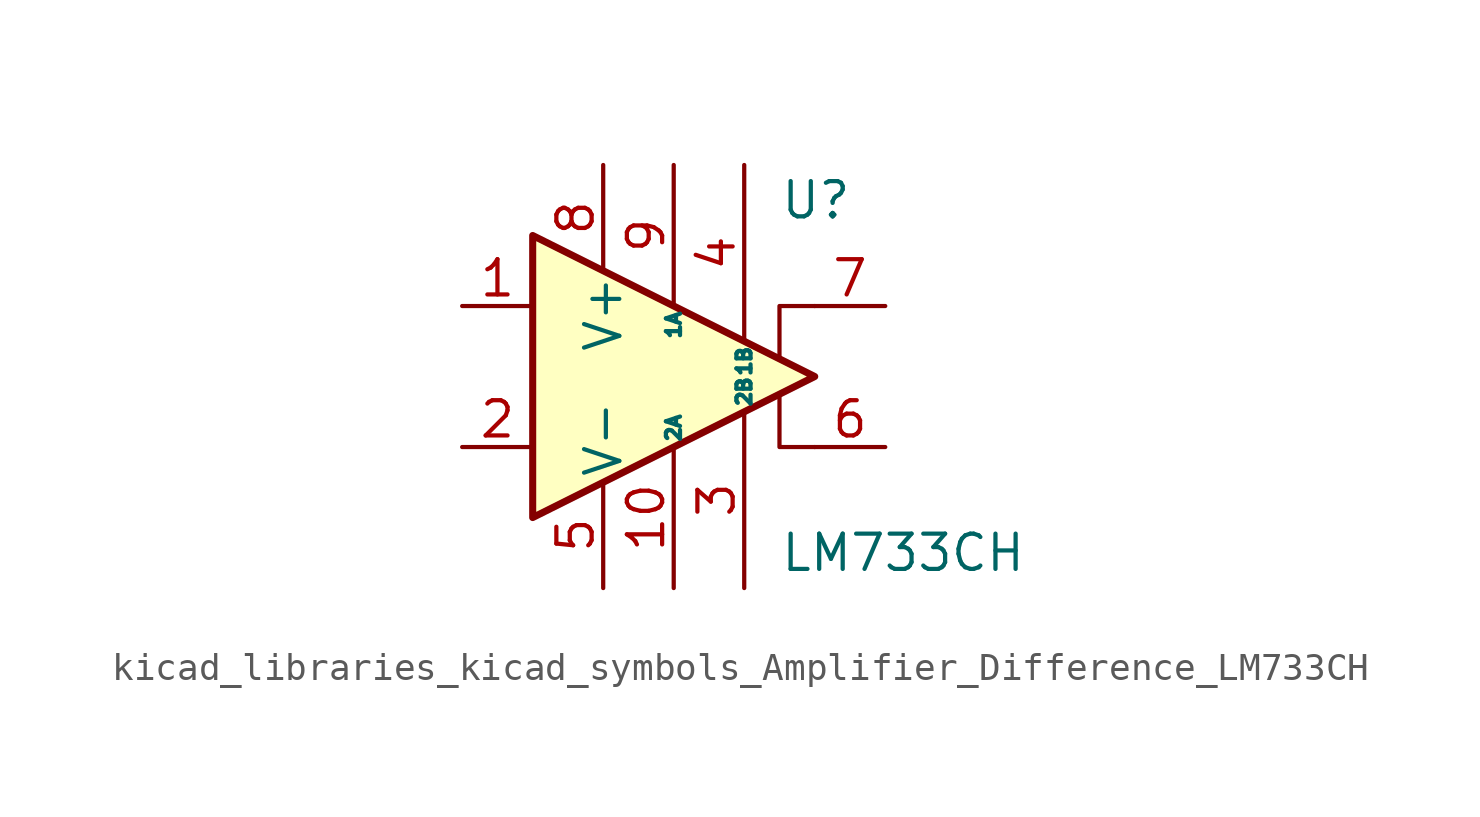
<source format=kicad_sym>
(kicad_symbol_lib
  (version 20220914)
  (generator kicad_symbol_editor)
  (symbol "kicad_libraries_kicad_symbols_Amplifier_Difference_LM733CH"
    (pin_names
      (offset 0.127))
    (property "Reference" "U"
      (at 3.81 6.35 0)
      (effects (font (size 1.27 1.27)) (justify left)))
    (property "Value" "LM733CH"
      (at 3.81 -6.35 0)
      (effects (font (size 1.27 1.27)) (justify left)))
    (symbol "kicad_libraries_kicad_symbols_Amplifier_Difference_LM733CH_0_1"
      (polyline (pts (xy 5.08 -2.54) (xy 3.81 -2.54) (xy 3.81 -0.635)) (stroke (width 0) (type default)) (fill (type none)))
      (polyline (pts (xy 5.08 2.54) (xy 3.81 2.54) (xy 3.81 0.635)) (stroke (width 0) (type default)) (fill (type none)))
      (polyline (pts (xy 5.08 0) (xy -5.08 5.08) (xy -5.08 -5.08) (xy 5.08 0)) (stroke (width 0.254) (type default)) (fill (type background))))
    (symbol "kicad_libraries_kicad_symbols_Amplifier_Difference_LM733CH_1_1"
      (pin input line (at -7.62 2.54 0) (length 2.54) (name "~" (effects (font (size 1.27 1.27)))) (number "1" (effects (font (size 1.27 1.27)))))
      (pin passive line (at 0 -7.62 90) (length 5.08) (name "2A" (effects (font (size 0.508 0.508)))) (number "10" (effects (font (size 1.27 1.27)))))
      (pin input line (at -7.62 -2.54 0) (length 2.54) (name "~" (effects (font (size 1.27 1.27)))) (number "2" (effects (font (size 1.27 1.27)))))
      (pin passive line (at 2.54 -7.62 90) (length 6.35) (name "2B" (effects (font (size 0.508 0.508)))) (number "3" (effects (font (size 1.27 1.27)))))
      (pin passive line (at 2.54 7.62 270) (length 6.35) (name "1B" (effects (font (size 0.508 0.508)))) (number "4" (effects (font (size 1.27 1.27)))))
      (pin power_in line (at -2.54 -7.62 90) (length 3.81) (name "V-" (effects (font (size 1.27 1.27)))) (number "5" (effects (font (size 1.27 1.27)))))
      (pin output line (at 7.62 -2.54 180) (length 2.54) (name "~" (effects (font (size 1.27 1.27)))) (number "6" (effects (font (size 1.27 1.27)))))
      (pin output line (at 7.62 2.54 180) (length 2.54) (name "~" (effects (font (size 1.27 1.27)))) (number "7" (effects (font (size 1.27 1.27)))))
      (pin power_in line (at -2.54 7.62 270) (length 3.81) (name "V+" (effects (font (size 1.27 1.27)))) (number "8" (effects (font (size 1.27 1.27)))))
      (pin passive line (at 0 7.62 270) (length 5.08) (name "1A" (effects (font (size 0.508 0.508)))) (number "9" (effects (font (size 1.27 1.27))))))))
</source>
